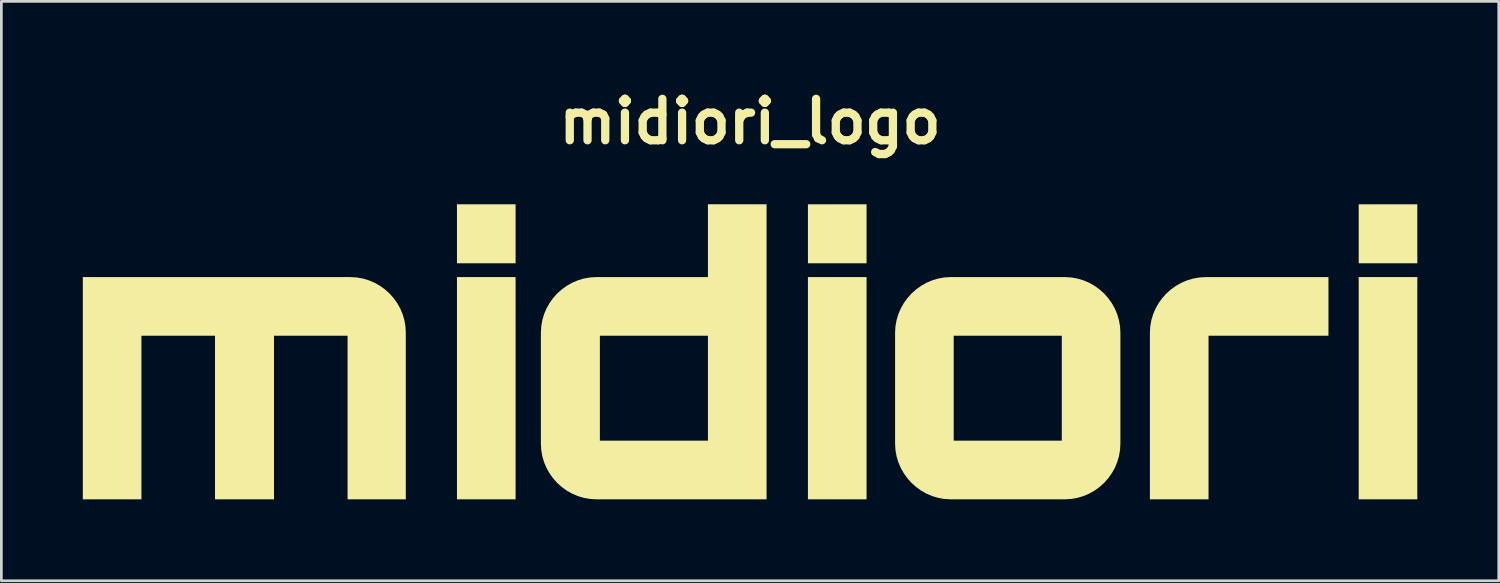
<source format=kicad_pcb>
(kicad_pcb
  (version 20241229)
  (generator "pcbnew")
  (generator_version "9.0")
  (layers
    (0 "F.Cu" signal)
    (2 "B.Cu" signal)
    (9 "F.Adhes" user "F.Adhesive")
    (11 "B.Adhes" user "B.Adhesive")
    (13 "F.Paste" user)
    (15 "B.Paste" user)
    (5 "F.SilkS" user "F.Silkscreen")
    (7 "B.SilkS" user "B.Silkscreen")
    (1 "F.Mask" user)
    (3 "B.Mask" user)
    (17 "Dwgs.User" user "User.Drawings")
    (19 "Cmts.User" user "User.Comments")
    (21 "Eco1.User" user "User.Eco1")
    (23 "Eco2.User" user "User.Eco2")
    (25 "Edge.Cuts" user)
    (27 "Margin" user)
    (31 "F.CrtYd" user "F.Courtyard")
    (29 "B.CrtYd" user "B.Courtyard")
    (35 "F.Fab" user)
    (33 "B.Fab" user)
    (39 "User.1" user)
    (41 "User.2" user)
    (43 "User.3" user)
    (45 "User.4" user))
  (footprint "midiori_logo"
    (layer "F.Cu")
    (at 24.575 9.907)
    (property "Reference" "midiori_logo" (at 0 -8.481 0) (layer "F.SilkS") (effects (font (size 1.524 1.524) (thickness 0.305))))
    (attr smd)
    (fp_poly (pts (xy -10.795 -5.433) (xy -10.795 -3.26) (xy -8.636 -3.26) (xy -8.636 -5.433) (xy -10.795 -5.433)) (stroke (width 0) (type solid)) (fill yes) (layer "F.SilkS"))
    (fp_poly (pts (xy -10.795 5.433) (xy -8.636 5.433) (xy -8.636 -2.752) (xy -10.795 -2.752) (xy -10.795 5.433)) (stroke (width 0) (type solid)) (fill yes) (layer "F.SilkS"))
    (fp_poly (pts (xy 2.131 -5.433) (xy 2.131 -3.26) (xy 4.29 -3.26) (xy 4.29 -5.433) (xy 2.131 -5.433)) (stroke (width 0) (type solid)) (fill yes) (layer "F.SilkS"))
    (fp_poly (pts (xy 2.131 5.433) (xy 4.29 5.433) (xy 4.29 -2.752) (xy 2.131 -2.752) (xy 2.131 5.433)) (stroke (width 0) (type solid)) (fill yes) (layer "F.SilkS"))
    (fp_poly (pts (xy 22.416 -5.433) (xy 22.416 -3.26) (xy 24.575 -3.26) (xy 24.575 -5.433) (xy 22.416 -5.433)) (stroke (width 0) (type solid)) (fill yes) (layer "F.SilkS"))
    (fp_poly (pts (xy 22.416 5.433) (xy 24.575 5.433) (xy 24.575 -2.752) (xy 22.416 -2.752) (xy 22.416 5.433)) (stroke (width 0) (type solid)) (fill yes) (layer "F.SilkS"))
    (fp_poly (pts (xy 16.786 -2.752) (xy 16.548 -2.738) (xy 16.317 -2.697) (xy 16.095 -2.631) (xy 15.884 -2.541) (xy 15.686 -2.429) (xy 15.502 -2.297) (xy 15.333 -2.147) (xy 15.182 -1.979) (xy 15.049 -1.796) (xy 14.937 -1.599) (xy 14.847 -1.39) (xy 14.781 -1.17) (xy 14.74 -0.941) (xy 14.726 -0.706) (xy 14.726 5.433) (xy 16.885 5.433) (xy 16.885 -0.593) (xy 21.302 -0.593) (xy 21.302 -2.752) (xy 16.786 -2.752)) (stroke (width 0) (type solid)) (fill yes) (layer "F.SilkS"))
    (fp_poly (pts (xy -14.725 -2.752) (xy -24.575 -2.752) (xy -24.575 5.433) (xy -22.416 5.433) (xy -22.416 -0.593) (xy -19.706 -0.593) (xy -19.706 5.433) (xy -17.533 5.433) (xy -17.533 -0.593) (xy -14.824 -0.593) (xy -14.824 5.433) (xy -12.679 5.433) (xy -12.679 -0.706) (xy -12.693 -0.941) (xy -12.733 -1.17) (xy -12.798 -1.39) (xy -12.887 -1.599) (xy -12.998 -1.796) (xy -13.129 -1.979) (xy -13.279 -2.147) (xy -13.446 -2.297) (xy -13.629 -2.429) (xy -13.826 -2.541) (xy -14.036 -2.631) (xy -14.256 -2.697) (xy -14.487 -2.738) (xy -14.725 -2.752)) (stroke (width 0) (type solid)) (fill yes) (layer "F.SilkS"))
    (fp_poly (pts (xy -1.552 -5.433) (xy -1.552 -2.752) (xy -5.531 -0.593) (xy -1.552 -0.593) (xy -1.552 3.274) (xy -5.531 3.274) (xy -5.531 -0.593) (xy -1.552 -2.752) (xy -5.658 -2.752) (xy -5.896 -2.738) (xy -6.127 -2.697) (xy -6.348 -2.631) (xy -6.557 -2.541) (xy -6.754 -2.429) (xy -6.937 -2.297) (xy -7.104 -2.147) (xy -7.254 -1.979) (xy -7.385 -1.796) (xy -7.496 -1.599) (xy -7.585 -1.39) (xy -7.65 -1.17) (xy -7.69 -0.941) (xy -7.704 -0.706) (xy -7.704 3.387) (xy -7.69 3.622) (xy -7.65 3.851) (xy -7.585 4.071) (xy -7.496 4.28) (xy -7.385 4.477) (xy -7.254 4.66) (xy -7.104 4.828) (xy -6.937 4.978) (xy -6.754 5.11) (xy -6.557 5.222) (xy -6.348 5.312) (xy -6.127 5.378) (xy -5.896 5.419) (xy -5.658 5.433) (xy 0.607 5.433) (xy 0.607 -5.433) (xy -1.552 -5.433)) (stroke (width 0) (type solid)) (fill yes) (layer "F.SilkS"))
    (fp_poly (pts (xy 7.388 -2.752) (xy 7.5 -0.593) (xy 11.48 -0.593) (xy 11.48 3.274) (xy 7.5 3.274) (xy 7.5 -0.593) (xy 7.388 -2.752) (xy 7.152 -2.738) (xy 6.923 -2.697) (xy 6.704 -2.631) (xy 6.494 -2.541) (xy 6.297 -2.429) (xy 6.114 -2.297) (xy 5.947 -2.147) (xy 5.796 -1.979) (xy 5.664 -1.796) (xy 5.552 -1.599) (xy 5.462 -1.39) (xy 5.396 -1.17) (xy 5.355 -0.941) (xy 5.341 -0.706) (xy 5.341 3.387) (xy 5.355 3.622) (xy 5.396 3.851) (xy 5.462 4.071) (xy 5.552 4.28) (xy 5.664 4.477) (xy 5.796 4.66) (xy 5.947 4.828) (xy 6.114 4.978) (xy 6.297 5.11) (xy 6.494 5.222) (xy 6.704 5.312) (xy 6.923 5.378) (xy 7.152 5.419) (xy 7.388 5.433) (xy 11.593 5.433) (xy 11.831 5.419) (xy 12.062 5.378) (xy 12.282 5.312) (xy 12.492 5.222) (xy 12.689 5.11) (xy 12.872 4.978) (xy 13.039 4.828) (xy 13.189 4.66) (xy 13.32 4.477) (xy 13.431 4.28) (xy 13.519 4.071) (xy 13.585 3.851) (xy 13.625 3.622) (xy 13.639 3.387) (xy 13.639 -0.706) (xy 13.625 -0.941) (xy 13.585 -1.17) (xy 13.519 -1.39) (xy 13.431 -1.599) (xy 13.32 -1.796) (xy 13.189 -1.979) (xy 13.039 -2.147) (xy 12.872 -2.297) (xy 12.689 -2.429) (xy 12.492 -2.541) (xy 12.282 -2.631) (xy 12.062 -2.697) (xy 11.831 -2.738) (xy 11.593 -2.752) (xy 7.388 -2.752)) (stroke (width 0) (type solid)) (fill yes) (layer "F.SilkS")))
  (gr_rect
    (start -3 -3)
    (end 52.149 18.34)
    (stroke (width 0.1) (type default))
    (fill no)
    (layer "Edge.Cuts")))
</source>
